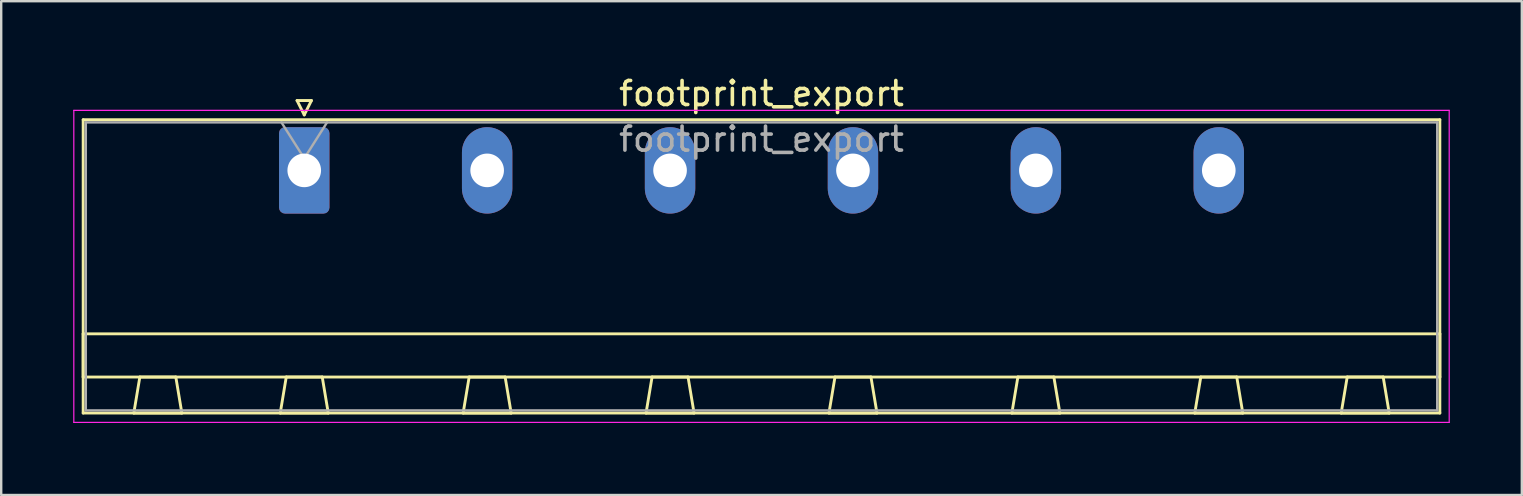
<source format=kicad_pcb>
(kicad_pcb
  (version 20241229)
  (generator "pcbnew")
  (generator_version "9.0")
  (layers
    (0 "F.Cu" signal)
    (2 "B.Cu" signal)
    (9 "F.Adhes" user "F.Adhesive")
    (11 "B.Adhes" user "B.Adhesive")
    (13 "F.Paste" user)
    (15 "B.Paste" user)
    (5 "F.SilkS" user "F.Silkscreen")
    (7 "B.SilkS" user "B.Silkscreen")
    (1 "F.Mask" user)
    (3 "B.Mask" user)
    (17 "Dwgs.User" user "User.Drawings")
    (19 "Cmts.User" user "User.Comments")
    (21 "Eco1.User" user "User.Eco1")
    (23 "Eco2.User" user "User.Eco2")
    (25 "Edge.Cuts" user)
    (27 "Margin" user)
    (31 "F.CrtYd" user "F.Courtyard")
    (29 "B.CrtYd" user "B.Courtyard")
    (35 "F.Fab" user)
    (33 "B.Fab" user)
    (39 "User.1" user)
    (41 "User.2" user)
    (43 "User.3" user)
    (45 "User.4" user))
  (footprint "footprint_export"
    (layer "F.Cu")
    (at 9.625 4.048)
    (property "Reference" "footprint_export" (at 19.05 -3.2 0) (layer "F.SilkS") (effects (font (size 1 1) (thickness 0.15))))
    (attr through_hole)
    (fp_line (start -9.21 -2.11) (end -9.21 10.11) (stroke (width 0.12) (type solid)) (layer "F.SilkS"))
    (fp_line (start -9.21 6.81) (end 47.31 6.81) (stroke (width 0.12) (type solid)) (layer "F.SilkS"))
    (fp_line (start -9.21 8.61) (end -9.21 6.81) (stroke (width 0.12) (type solid)) (layer "F.SilkS"))
    (fp_line (start -9.21 10.11) (end 47.31 10.11) (stroke (width 0.12) (type solid)) (layer "F.SilkS"))
    (fp_line (start -7.1 10.11) (end -5.1 10.11) (stroke (width 0.12) (type solid)) (layer "F.SilkS"))
    (fp_line (start -6.85 8.61) (end -7.1 10.11) (stroke (width 0.12) (type solid)) (layer "F.SilkS"))
    (fp_line (start -5.35 8.61) (end -6.85 8.61) (stroke (width 0.12) (type solid)) (layer "F.SilkS"))
    (fp_line (start -5.1 10.11) (end -5.35 8.61) (stroke (width 0.12) (type solid)) (layer "F.SilkS"))
    (fp_line (start -1 10.11) (end 1 10.11) (stroke (width 0.12) (type solid)) (layer "F.SilkS"))
    (fp_line (start -0.75 8.61) (end -1 10.11) (stroke (width 0.12) (type solid)) (layer "F.SilkS"))
    (fp_line (start -0.3 -2.91) (end 0.3 -2.91) (stroke (width 0.12) (type solid)) (layer "F.SilkS"))
    (fp_line (start 0 -2.31) (end -0.3 -2.91) (stroke (width 0.12) (type solid)) (layer "F.SilkS"))
    (fp_line (start 0.3 -2.91) (end 0 -2.31) (stroke (width 0.12) (type solid)) (layer "F.SilkS"))
    (fp_line (start 0.75 8.61) (end -0.75 8.61) (stroke (width 0.12) (type solid)) (layer "F.SilkS"))
    (fp_line (start 1 10.11) (end 0.75 8.61) (stroke (width 0.12) (type solid)) (layer "F.SilkS"))
    (fp_line (start 6.62 10.11) (end 8.62 10.11) (stroke (width 0.12) (type solid)) (layer "F.SilkS"))
    (fp_line (start 6.87 8.61) (end 6.62 10.11) (stroke (width 0.12) (type solid)) (layer "F.SilkS"))
    (fp_line (start 8.37 8.61) (end 6.87 8.61) (stroke (width 0.12) (type solid)) (layer "F.SilkS"))
    (fp_line (start 8.62 10.11) (end 8.37 8.61) (stroke (width 0.12) (type solid)) (layer "F.SilkS"))
    (fp_line (start 14.24 10.11) (end 16.24 10.11) (stroke (width 0.12) (type solid)) (layer "F.SilkS"))
    (fp_line (start 14.49 8.61) (end 14.24 10.11) (stroke (width 0.12) (type solid)) (layer "F.SilkS"))
    (fp_line (start 15.99 8.61) (end 14.49 8.61) (stroke (width 0.12) (type solid)) (layer "F.SilkS"))
    (fp_line (start 16.24 10.11) (end 15.99 8.61) (stroke (width 0.12) (type solid)) (layer "F.SilkS"))
    (fp_line (start 21.86 10.11) (end 23.86 10.11) (stroke (width 0.12) (type solid)) (layer "F.SilkS"))
    (fp_line (start 22.11 8.61) (end 21.86 10.11) (stroke (width 0.12) (type solid)) (layer "F.SilkS"))
    (fp_line (start 23.61 8.61) (end 22.11 8.61) (stroke (width 0.12) (type solid)) (layer "F.SilkS"))
    (fp_line (start 23.86 10.11) (end 23.61 8.61) (stroke (width 0.12) (type solid)) (layer "F.SilkS"))
    (fp_line (start 29.48 10.11) (end 31.48 10.11) (stroke (width 0.12) (type solid)) (layer "F.SilkS"))
    (fp_line (start 29.73 8.61) (end 29.48 10.11) (stroke (width 0.12) (type solid)) (layer "F.SilkS"))
    (fp_line (start 31.23 8.61) (end 29.73 8.61) (stroke (width 0.12) (type solid)) (layer "F.SilkS"))
    (fp_line (start 31.48 10.11) (end 31.23 8.61) (stroke (width 0.12) (type solid)) (layer "F.SilkS"))
    (fp_line (start 37.1 10.11) (end 39.1 10.11) (stroke (width 0.12) (type solid)) (layer "F.SilkS"))
    (fp_line (start 37.35 8.61) (end 37.1 10.11) (stroke (width 0.12) (type solid)) (layer "F.SilkS"))
    (fp_line (start 38.85 8.61) (end 37.35 8.61) (stroke (width 0.12) (type solid)) (layer "F.SilkS"))
    (fp_line (start 39.1 10.11) (end 38.85 8.61) (stroke (width 0.12) (type solid)) (layer "F.SilkS"))
    (fp_line (start 43.2 10.11) (end 45.2 10.11) (stroke (width 0.12) (type solid)) (layer "F.SilkS"))
    (fp_line (start 43.45 8.61) (end 43.2 10.11) (stroke (width 0.12) (type solid)) (layer "F.SilkS"))
    (fp_line (start 44.95 8.61) (end 43.45 8.61) (stroke (width 0.12) (type solid)) (layer "F.SilkS"))
    (fp_line (start 45.2 10.11) (end 44.95 8.61) (stroke (width 0.12) (type solid)) (layer "F.SilkS"))
    (fp_line (start 47.31 -2.11) (end -9.21 -2.11) (stroke (width 0.12) (type solid)) (layer "F.SilkS"))
    (fp_line (start 47.31 6.81) (end 47.31 8.61) (stroke (width 0.12) (type solid)) (layer "F.SilkS"))
    (fp_line (start 47.31 8.61) (end -9.21 8.61) (stroke (width 0.12) (type solid)) (layer "F.SilkS"))
    (fp_line (start 47.31 10.11) (end 47.31 -2.11) (stroke (width 0.12) (type solid)) (layer "F.SilkS"))
    (fp_line (start -9.6 -2.5) (end -9.6 10.5) (stroke (width 0.05) (type solid)) (layer "F.CrtYd"))
    (fp_line (start -9.6 10.5) (end 47.7 10.5) (stroke (width 0.05) (type solid)) (layer "F.CrtYd"))
    (fp_line (start 47.7 -2.5) (end -9.6 -2.5) (stroke (width 0.05) (type solid)) (layer "F.CrtYd"))
    (fp_line (start 47.7 10.5) (end 47.7 -2.5) (stroke (width 0.05) (type solid)) (layer "F.CrtYd"))
    (fp_line (start -9.1 -2) (end -9.1 10) (stroke (width 0.1) (type solid)) (layer "F.Fab"))
    (fp_line (start -9.1 10) (end 47.2 10) (stroke (width 0.1) (type solid)) (layer "F.Fab"))
    (fp_line (start 0 -0.5) (end -0.95 -2) (stroke (width 0.1) (type solid)) (layer "F.Fab"))
    (fp_line (start 0.95 -2) (end 0 -0.5) (stroke (width 0.1) (type solid)) (layer "F.Fab"))
    (fp_line (start 47.2 -2) (end -9.1 -2) (stroke (width 0.1) (type solid)) (layer "F.Fab"))
    (fp_line (start 47.2 10) (end 47.2 -2) (stroke (width 0.1) (type solid)) (layer "F.Fab"))
    (fp_text user "${REFERENCE}" (at 19.05 -1.3 0) (layer "F.Fab") (effects (font (size 1 1) (thickness 0.15))))
    (pad "1" thru_hole roundrect (at 0 0) (size 2.1 3.6) (drill 1.4) (layers "*.Cu" "*.Mask") (roundrect_rratio 0.119))
    (pad "2" thru_hole oval (at 7.62 0) (size 2.1 3.6) (drill 1.4) (layers "*.Cu" "*.Mask"))
    (pad "3" thru_hole oval (at 15.24 0) (size 2.1 3.6) (drill 1.4) (layers "*.Cu" "*.Mask"))
    (pad "4" thru_hole oval (at 22.86 0) (size 2.1 3.6) (drill 1.4) (layers "*.Cu" "*.Mask"))
    (pad "5" thru_hole oval (at 30.48 0) (size 2.1 3.6) (drill 1.4) (layers "*.Cu" "*.Mask"))
    (pad "6" thru_hole oval (at 38.1 0) (size 2.1 3.6) (drill 1.4) (layers "*.Cu" "*.Mask")))
  (gr_rect
    (start -3 -3)
    (end 60.35 17.573)
    (stroke (width 0.1) (type default))
    (fill no)
    (layer "Edge.Cuts")))
</source>
